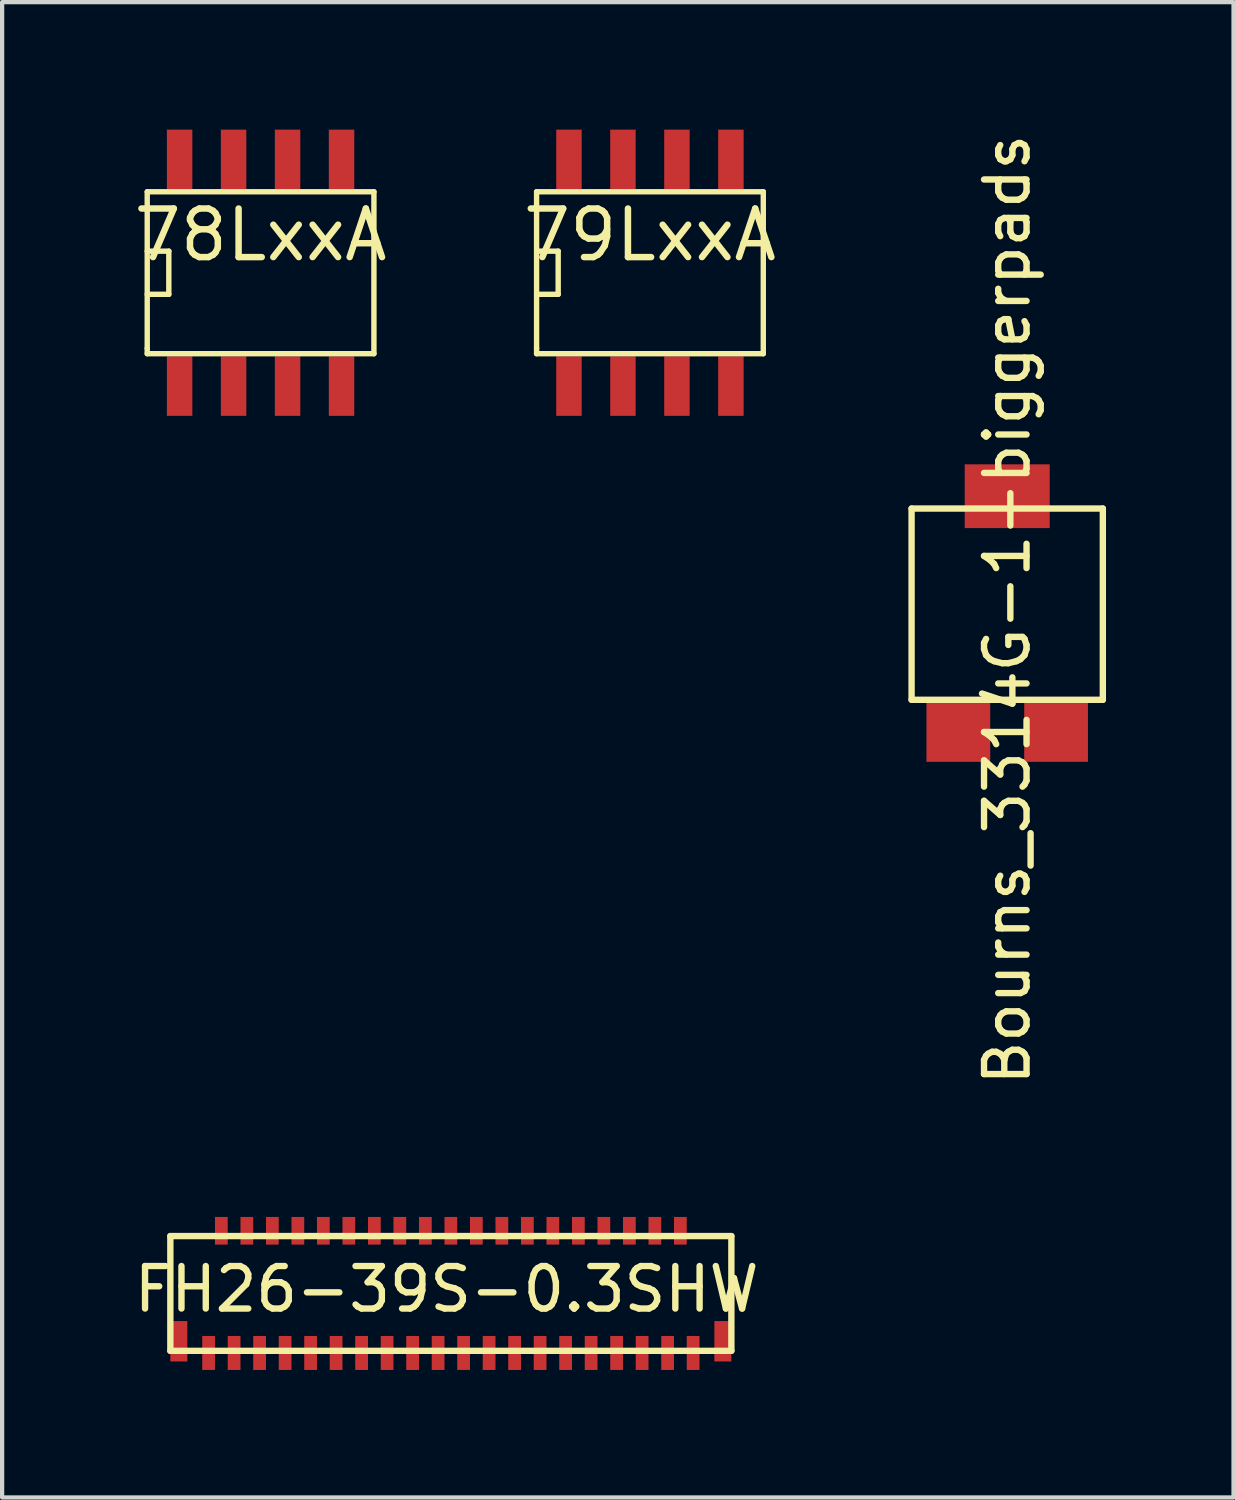
<source format=kicad_pcb>
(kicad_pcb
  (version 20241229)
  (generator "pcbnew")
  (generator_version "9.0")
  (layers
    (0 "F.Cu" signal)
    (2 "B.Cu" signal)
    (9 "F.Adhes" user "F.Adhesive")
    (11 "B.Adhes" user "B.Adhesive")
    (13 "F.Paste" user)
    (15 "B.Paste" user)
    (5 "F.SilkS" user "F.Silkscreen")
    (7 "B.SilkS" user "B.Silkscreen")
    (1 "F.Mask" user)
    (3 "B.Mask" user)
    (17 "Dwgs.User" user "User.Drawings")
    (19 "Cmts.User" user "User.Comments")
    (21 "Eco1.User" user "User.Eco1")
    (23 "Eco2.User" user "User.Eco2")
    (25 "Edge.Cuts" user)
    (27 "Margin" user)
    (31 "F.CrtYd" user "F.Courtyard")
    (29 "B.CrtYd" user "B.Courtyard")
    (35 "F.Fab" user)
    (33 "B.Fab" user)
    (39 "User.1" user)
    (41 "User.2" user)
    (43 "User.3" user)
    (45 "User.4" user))
  (footprint "79LxxA"
    (layer "F.Cu")
    (at 12.242 3.367)
    (property "Reference" "79LxxA" (at 0 -0.889 0) (layer "F.SilkS") (effects (font (size 1.143 1.143) (thickness 0.152))))
    (attr smd)
    (fp_line (start -2.667 -1.905) (end -2.667 1.778) (stroke (width 0.127) (type solid)) (layer "F.SilkS"))
    (fp_line (start -2.667 -0.508) (end -2.159 -0.508) (stroke (width 0.127) (type solid)) (layer "F.SilkS"))
    (fp_line (start -2.667 1.778) (end -2.667 1.905) (stroke (width 0.127) (type solid)) (layer "F.SilkS"))
    (fp_line (start -2.667 1.905) (end 2.667 1.905) (stroke (width 0.127) (type solid)) (layer "F.SilkS"))
    (fp_line (start -2.159 -0.508) (end -2.159 0.508) (stroke (width 0.127) (type solid)) (layer "F.SilkS"))
    (fp_line (start -2.159 0.508) (end -2.667 0.508) (stroke (width 0.127) (type solid)) (layer "F.SilkS"))
    (fp_line (start 2.667 -1.905) (end -2.667 -1.905) (stroke (width 0.127) (type solid)) (layer "F.SilkS"))
    (fp_line (start 2.667 -1.905) (end 2.667 1.905) (stroke (width 0.127) (type solid)) (layer "F.SilkS"))
    (pad "4" smd rect (at 1.905 2.667) (size 0.599 1.4) (layers "F.Cu" "F.Mask" "F.Paste"))
    (pad "8" smd rect (at -1.905 -2.667) (size 0.599 1.4) (layers "F.Cu" "F.Mask" "F.Paste"))
    (pad "GND" smd rect (at 1.905 -2.667) (size 0.599 1.4) (layers "F.Cu" "F.Mask" "F.Paste"))
    (pad "VI" smd rect (at -0.635 -2.667) (size 0.599 1.4) (layers "F.Cu" "F.Mask" "F.Paste"))
    (pad "VI" smd rect (at -0.635 2.667) (size 0.599 1.4) (layers "F.Cu" "F.Mask" "F.Paste"))
    (pad "VI" smd rect (at 0.635 -2.667) (size 0.599 1.4) (layers "F.Cu" "F.Mask" "F.Paste"))
    (pad "VI" smd rect (at 0.635 2.667) (size 0.599 1.4) (layers "F.Cu" "F.Mask" "F.Paste"))
    (pad "VO" smd rect (at -1.905 2.667) (size 0.599 1.4) (layers "F.Cu" "F.Mask" "F.Paste")))
  (footprint "Bourns_3314G-1-biggerpads"
    (layer "F.Cu")
    (at 20.648 11.165)
    (property "Reference" "Bourns_3314G-1-biggerpads" (at 0 0.127 90) (layer "F.SilkS") (effects (font (size 1 1) (thickness 0.15))))
    (attr through_hole)
    (fp_line (start -2.25 -2.25) (end 2.25 -2.25) (stroke (width 0.15) (type solid)) (layer "F.SilkS"))
    (fp_line (start -2.25 2.25) (end -2.25 -2.25) (stroke (width 0.15) (type solid)) (layer "F.SilkS"))
    (fp_line (start 2.25 -2.25) (end 2.25 2.25) (stroke (width 0.15) (type solid)) (layer "F.SilkS"))
    (fp_line (start 2.25 2.25) (end -2.25 2.25) (stroke (width 0.15) (type solid)) (layer "F.SilkS"))
    (pad "1" smd rect (at 1.15 2.96) (size 1.5 1.5) (layers "F.Cu" "F.Mask" "F.Paste"))
    (pad "2" smd rect (at 0 -2.54) (size 2 1.5) (layers "F.Cu" "F.Mask" "F.Paste"))
    (pad "3" smd rect (at -1.15 2.96) (size 1.5 1.5) (layers "F.Cu" "F.Mask" "F.Paste")))
  (footprint "78LxxA"
    (layer "F.Cu")
    (at 3.081 3.367)
    (property "Reference" "78LxxA" (at 0 -0.889 0) (layer "F.SilkS") (effects (font (size 1.143 1.143) (thickness 0.152))))
    (attr smd)
    (fp_line (start -2.667 -1.905) (end -2.667 1.778) (stroke (width 0.127) (type solid)) (layer "F.SilkS"))
    (fp_line (start -2.667 -0.508) (end -2.159 -0.508) (stroke (width 0.127) (type solid)) (layer "F.SilkS"))
    (fp_line (start -2.667 1.778) (end -2.667 1.905) (stroke (width 0.127) (type solid)) (layer "F.SilkS"))
    (fp_line (start -2.667 1.905) (end 2.667 1.905) (stroke (width 0.127) (type solid)) (layer "F.SilkS"))
    (fp_line (start -2.159 -0.508) (end -2.159 0.508) (stroke (width 0.127) (type solid)) (layer "F.SilkS"))
    (fp_line (start -2.159 0.508) (end -2.667 0.508) (stroke (width 0.127) (type solid)) (layer "F.SilkS"))
    (fp_line (start 2.667 -1.905) (end -2.667 -1.905) (stroke (width 0.127) (type solid)) (layer "F.SilkS"))
    (fp_line (start 2.667 -1.905) (end 2.667 1.905) (stroke (width 0.127) (type solid)) (layer "F.SilkS"))
    (pad "4" smd rect (at 1.905 2.667) (size 0.599 1.4) (layers "F.Cu" "F.Mask" "F.Paste"))
    (pad "5" smd rect (at 1.905 -2.667) (size 0.599 1.4) (layers "F.Cu" "F.Mask" "F.Paste"))
    (pad "GND" smd rect (at -0.635 -2.667) (size 0.599 1.4) (layers "F.Cu" "F.Mask" "F.Paste"))
    (pad "GND" smd rect (at -0.635 2.667) (size 0.599 1.4) (layers "F.Cu" "F.Mask" "F.Paste"))
    (pad "GND" smd rect (at 0.635 -2.667) (size 0.599 1.4) (layers "F.Cu" "F.Mask" "F.Paste"))
    (pad "GND" smd rect (at 0.635 2.667) (size 0.599 1.4) (layers "F.Cu" "F.Mask" "F.Paste"))
    (pad "VI" smd rect (at -1.905 -2.667) (size 0.599 1.4) (layers "F.Cu" "F.Mask" "F.Paste"))
    (pad "VO" smd rect (at -1.905 2.667) (size 0.599 1.4) (layers "F.Cu" "F.Mask" "F.Paste")))
  (footprint "FH26-39S-0.3SHW"
    (layer "F.Cu")
    (at 1.858 28.383)
    (property "Reference" "FH26-39S-0.3SHW" (at 5.6 -1.1 0) (layer "F.SilkS") (effects (font (size 1 1) (thickness 0.15))))
    (attr through_hole)
    (fp_line (start -0.9 -2.35) (end -0.9 0.35) (stroke (width 0.15) (type solid)) (layer "F.SilkS"))
    (fp_line (start -0.9 0.35) (end 12.3 0.35) (stroke (width 0.15) (type solid)) (layer "F.SilkS"))
    (fp_line (start 12.3 -2.35) (end -0.9 -2.35) (stroke (width 0.15) (type solid)) (layer "F.SilkS"))
    (fp_line (start 12.3 0.35) (end 12.3 -2.35) (stroke (width 0.15) (type solid)) (layer "F.SilkS"))
    (pad "1" smd rect (at 0 0) (size 0.3 0.8) (drill (offset 0 0.4)) (layers "F.Cu" "F.Mask" "F.Paste"))
    (pad "2" smd rect (at 0.3 -2.15) (size 0.3 0.65) (drill (offset 0 -0.325)) (layers "F.Cu" "F.Mask" "F.Paste"))
    (pad "3" smd rect (at 0.6 0) (size 0.3 0.8) (drill (offset 0 0.4)) (layers "F.Cu" "F.Mask" "F.Paste"))
    (pad "4" smd rect (at 0.9 -2.15) (size 0.3 0.65) (drill (offset 0 -0.325)) (layers "F.Cu" "F.Mask" "F.Paste"))
    (pad "5" smd rect (at 1.2 0) (size 0.3 0.8) (drill (offset 0 0.4)) (layers "F.Cu" "F.Mask" "F.Paste"))
    (pad "6" smd rect (at 1.5 -2.15) (size 0.3 0.65) (drill (offset 0 -0.325)) (layers "F.Cu" "F.Mask" "F.Paste"))
    (pad "7" smd rect (at 1.8 0) (size 0.3 0.8) (drill (offset 0 0.4)) (layers "F.Cu" "F.Mask" "F.Paste"))
    (pad "8" smd rect (at 2.1 -2.15) (size 0.3 0.65) (drill (offset 0 -0.325)) (layers "F.Cu" "F.Mask" "F.Paste"))
    (pad "9" smd rect (at 2.4 0) (size 0.3 0.8) (drill (offset 0 0.4)) (layers "F.Cu" "F.Mask" "F.Paste"))
    (pad "10" smd rect (at 2.7 -2.15) (size 0.3 0.65) (drill (offset 0 -0.325)) (layers "F.Cu" "F.Mask" "F.Paste"))
    (pad "11" smd rect (at 3 0) (size 0.3 0.8) (drill (offset 0 0.4)) (layers "F.Cu" "F.Mask" "F.Paste"))
    (pad "12" smd rect (at 3.3 -2.15) (size 0.3 0.65) (drill (offset 0 -0.325)) (layers "F.Cu" "F.Mask" "F.Paste"))
    (pad "13" smd rect (at 3.6 0) (size 0.3 0.8) (drill (offset 0 0.4)) (layers "F.Cu" "F.Mask" "F.Paste"))
    (pad "14" smd rect (at 3.9 -2.15) (size 0.3 0.65) (drill (offset 0 -0.325)) (layers "F.Cu" "F.Mask" "F.Paste"))
    (pad "15" smd rect (at 4.2 0) (size 0.3 0.8) (drill (offset 0 0.4)) (layers "F.Cu" "F.Mask" "F.Paste"))
    (pad "16" smd rect (at 4.5 -2.15) (size 0.3 0.65) (drill (offset 0 -0.325)) (layers "F.Cu" "F.Mask" "F.Paste"))
    (pad "17" smd rect (at 4.8 0) (size 0.3 0.8) (drill (offset 0 0.4)) (layers "F.Cu" "F.Mask" "F.Paste"))
    (pad "18" smd rect (at 5.1 -2.15) (size 0.3 0.65) (drill (offset 0 -0.325)) (layers "F.Cu" "F.Mask" "F.Paste"))
    (pad "19" smd rect (at 5.4 0) (size 0.3 0.8) (drill (offset 0 0.4)) (layers "F.Cu" "F.Mask" "F.Paste"))
    (pad "20" smd rect (at 5.7 -2.15) (size 0.3 0.65) (drill (offset 0 -0.325)) (layers "F.Cu" "F.Mask" "F.Paste"))
    (pad "21" smd rect (at 6 0) (size 0.3 0.8) (drill (offset 0 0.4)) (layers "F.Cu" "F.Mask" "F.Paste"))
    (pad "22" smd rect (at 6.3 -2.15) (size 0.3 0.65) (drill (offset 0 -0.325)) (layers "F.Cu" "F.Mask" "F.Paste"))
    (pad "23" smd rect (at 6.6 0) (size 0.3 0.8) (drill (offset 0 0.4)) (layers "F.Cu" "F.Mask" "F.Paste"))
    (pad "24" smd rect (at 6.9 -2.15) (size 0.3 0.65) (drill (offset 0 -0.325)) (layers "F.Cu" "F.Mask" "F.Paste"))
    (pad "25" smd rect (at 7.2 0) (size 0.3 0.8) (drill (offset 0 0.4)) (layers "F.Cu" "F.Mask" "F.Paste"))
    (pad "26" smd rect (at 7.5 -2.15) (size 0.3 0.65) (drill (offset 0 -0.325)) (layers "F.Cu" "F.Mask" "F.Paste"))
    (pad "27" smd rect (at 7.8 0) (size 0.3 0.8) (drill (offset 0 0.4)) (layers "F.Cu" "F.Mask" "F.Paste"))
    (pad "28" smd rect (at 8.1 -2.15) (size 0.3 0.65) (drill (offset 0 -0.325)) (layers "F.Cu" "F.Mask" "F.Paste"))
    (pad "29" smd rect (at 8.4 0) (size 0.3 0.8) (drill (offset 0 0.4)) (layers "F.Cu" "F.Mask" "F.Paste"))
    (pad "30" smd rect (at 8.7 -2.15) (size 0.3 0.65) (drill (offset 0 -0.325)) (layers "F.Cu" "F.Mask" "F.Paste"))
    (pad "31" smd rect (at 9 0) (size 0.3 0.8) (drill (offset 0 0.4)) (layers "F.Cu" "F.Mask" "F.Paste"))
    (pad "32" smd rect (at 9.3 -2.15) (size 0.3 0.65) (drill (offset 0 -0.325)) (layers "F.Cu" "F.Mask" "F.Paste"))
    (pad "33" smd rect (at 9.6 0) (size 0.3 0.8) (drill (offset 0 0.4)) (layers "F.Cu" "F.Mask" "F.Paste"))
    (pad "34" smd rect (at 9.9 -2.15) (size 0.3 0.65) (drill (offset 0 -0.325)) (layers "F.Cu" "F.Mask" "F.Paste"))
    (pad "35" smd rect (at 10.2 0) (size 0.3 0.8) (drill (offset 0 0.4)) (layers "F.Cu" "F.Mask" "F.Paste"))
    (pad "36" smd rect (at 10.5 -2.15) (size 0.3 0.65) (drill (offset 0 -0.325)) (layers "F.Cu" "F.Mask" "F.Paste"))
    (pad "37" smd rect (at 10.8 0) (size 0.3 0.8) (drill (offset 0 0.4)) (layers "F.Cu" "F.Mask" "F.Paste"))
    (pad "38" smd rect (at 11.1 -2.15) (size 0.3 0.65) (drill (offset 0 -0.325)) (layers "F.Cu" "F.Mask" "F.Paste"))
    (pad "39" smd rect (at 11.4 0) (size 0.3 0.8) (drill (offset 0 0.4)) (layers "F.Cu" "F.Mask" "F.Paste"))
    (pad "X1" smd rect (at -0.5 -0.35) (size 0.4 0.95) (drill (offset -0.2 0.475)) (layers "F.Cu" "F.Mask" "F.Paste"))
    (pad "X2" smd rect (at 11.9 -0.35) (size 0.4 0.95) (drill (offset 0.2 0.475)) (layers "F.Cu" "F.Mask" "F.Paste")))
  (gr_rect
    (start -3 -3)
    (end 25.973 32.183)
    (stroke (width 0.1) (type default))
    (fill no)
    (layer "Edge.Cuts")))
</source>
